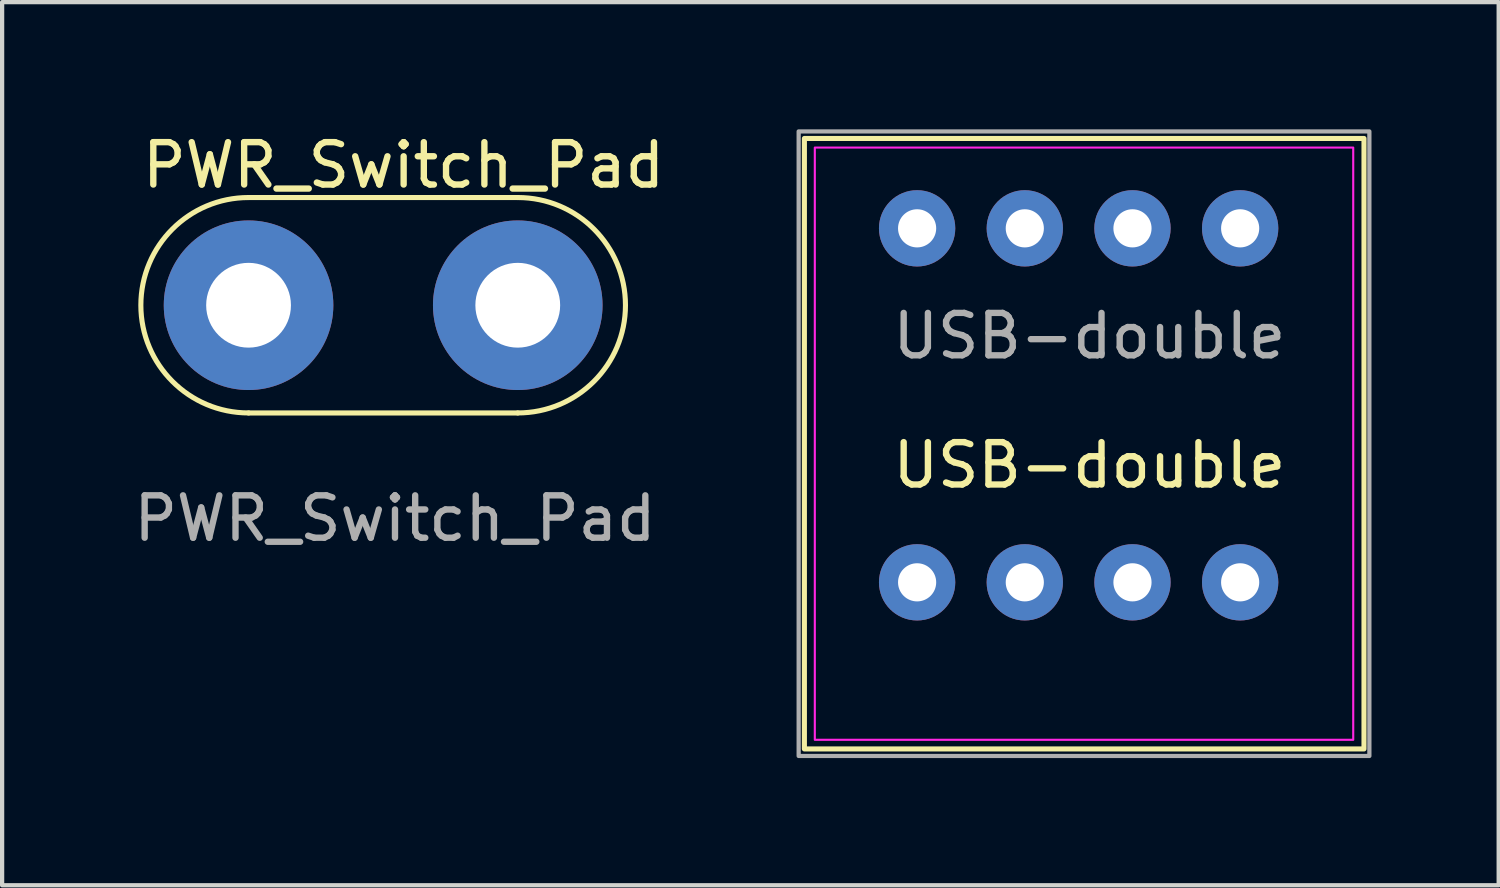
<source format=kicad_pcb>
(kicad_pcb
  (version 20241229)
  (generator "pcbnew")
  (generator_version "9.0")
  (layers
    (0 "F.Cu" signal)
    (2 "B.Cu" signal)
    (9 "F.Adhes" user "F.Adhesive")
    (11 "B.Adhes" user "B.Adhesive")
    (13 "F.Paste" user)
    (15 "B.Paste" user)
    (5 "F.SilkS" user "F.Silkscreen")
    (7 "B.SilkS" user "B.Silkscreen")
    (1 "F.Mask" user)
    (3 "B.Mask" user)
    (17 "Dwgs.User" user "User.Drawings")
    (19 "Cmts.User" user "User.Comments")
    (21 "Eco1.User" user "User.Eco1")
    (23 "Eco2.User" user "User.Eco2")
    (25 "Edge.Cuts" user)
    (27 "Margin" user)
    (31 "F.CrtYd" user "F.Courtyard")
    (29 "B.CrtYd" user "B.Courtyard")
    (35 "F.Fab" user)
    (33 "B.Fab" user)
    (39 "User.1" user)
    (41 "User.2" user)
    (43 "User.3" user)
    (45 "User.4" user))
  (footprint "USB-double"
    (layer "F.Cu")
    (at 18.583 2.336)
    (property "Reference" "USB-double" (at 4.064 5.588 0) (unlocked yes) (layer "F.SilkS") (effects (font (size 1 1) (thickness 0.15))))
    (attr through_hole)
    (fp_rect (start -2.659 -2.12) (end 10.541 12.28) (stroke (width 0.12) (type solid)) (fill no) (layer "F.SilkS"))
    (fp_rect (start -2.413 -1.905) (end 10.287 12.065) (stroke (width 0.05) (type solid)) (fill no) (layer "F.CrtYd"))
    (fp_rect (start -2.794 -2.286) (end 10.668 12.446) (stroke (width 0.1) (type solid)) (fill no) (layer "F.Fab"))
    (fp_text user "${REFERENCE}" (at 4.064 2.54 0) (unlocked yes) (layer "F.Fab") (effects (font (size 1 1) (thickness 0.15))))
    (pad "1" thru_hole circle (at 0 0) (size 1.8 1.8) (drill 0.9) (layers "*.Cu" "*.Mask"))
    (pad "2" thru_hole circle (at 2.54 0) (size 1.8 1.8) (drill 0.9) (layers "*.Cu" "*.Mask"))
    (pad "3" thru_hole circle (at 5.08 0) (size 1.8 1.8) (drill 0.9) (layers "*.Cu" "*.Mask"))
    (pad "4" thru_hole circle (at 7.62 0) (size 1.8 1.8) (drill 0.9) (layers "*.Cu" "*.Mask"))
    (pad "5" thru_hole circle (at 0 8.35) (size 1.8 1.8) (drill 0.9) (layers "*.Cu" "*.Mask"))
    (pad "6" thru_hole circle (at 2.54 8.35) (size 1.8 1.8) (drill 0.9) (layers "*.Cu" "*.Mask"))
    (pad "7" thru_hole circle (at 5.08 8.35) (size 1.8 1.8) (drill 0.9) (layers "*.Cu" "*.Mask"))
    (pad "8" thru_hole circle (at 7.62 8.35) (size 1.8 1.8) (drill 0.9) (layers "*.Cu" "*.Mask")))
  (footprint "PWR_Switch_Pad"
    (layer "F.Cu")
    (at 2.813 4.15)
    (property "Reference" "PWR_Switch_Pad" (at 3.658 -3.302 0) (unlocked yes) (layer "F.SilkS") (effects (font (size 1 1) (thickness 0.15))))
    (attr through_hole)
    (fp_line (start 0 2.541) (end 6.35 2.541) (stroke (width 0.12) (type solid)) (layer "F.SilkS"))
    (fp_line (start 6.35 -2.541) (end 0 -2.541) (stroke (width 0.12) (type solid)) (layer "F.SilkS"))
    (fp_arc (start 0 2.540507) (mid -2.540507 0) (end 0 -2.540507) (stroke (width 0.12) (type solid)) (layer "F.SilkS"))
    (fp_arc (start 6.35 -2.540507) (mid 8.890507 0) (end 6.35 2.540507) (stroke (width 0.12) (type solid)) (layer "F.SilkS"))
    (fp_text user "${REFERENCE}" (at 3.454 5.029 0) (unlocked yes) (layer "F.Fab") (effects (font (size 1 1) (thickness 0.15))))
    (pad "1" thru_hole circle (at 0 0) (size 4 4) (drill 2) (layers "*.Cu" "*.Mask"))
    (pad "2" thru_hole circle (at 6.35 0) (size 4 4) (drill 2) (layers "*.Cu" "*.Mask")))
  (gr_rect
    (start -3 -3)
    (end 32.301 17.832)
    (stroke (width 0.1) (type default))
    (fill no)
    (layer "Edge.Cuts")))
</source>
